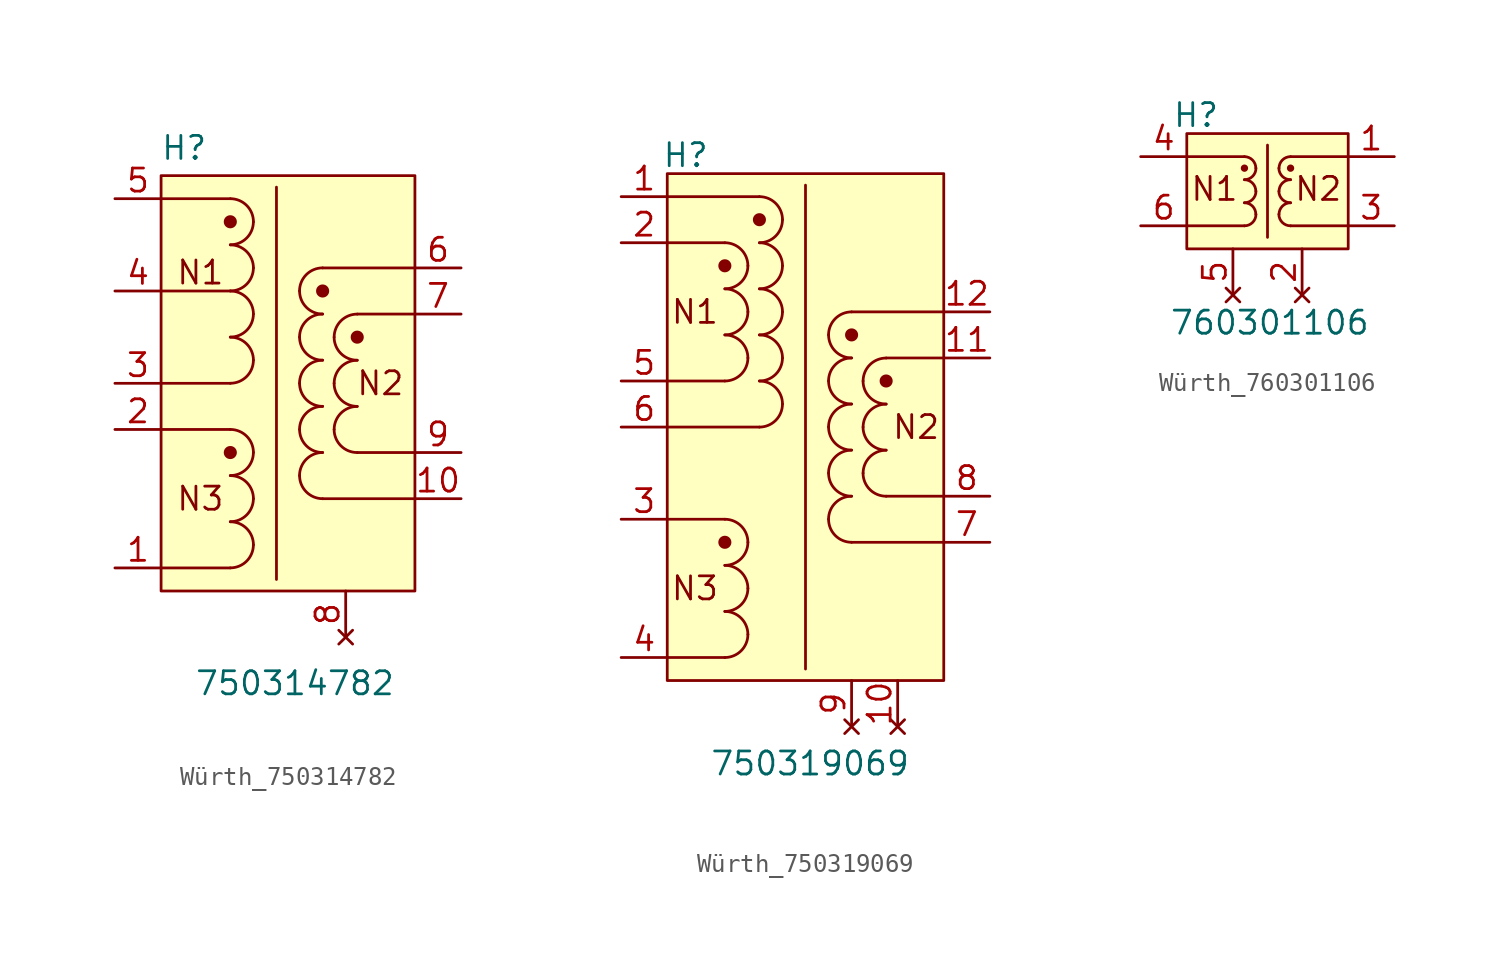
<source format=kicad_sym>
(kicad_symbol_lib
  (version 20231120)
  (generator "kicad_symbol_editor")
  (generator_version "8.0")
  (symbol "Würth_750314782"
    (property "Reference" "H"
      (at 1.27 24.384 0)
      (effects (font (size 1.27 1.27))))
    (property "Value" "750314782"
      (at 7.366 -5.08 0)
      (effects (font (size 1.27 1.27))))
    (symbol "Würth_750314782_0_1"
      (polyline (pts (xy 0 1.27) (xy 3.81 1.27)) (stroke (width 0) (type default)) (fill (type none)))
      (polyline (pts (xy 0 11.43) (xy 3.81 11.43)) (stroke (width 0) (type default)) (fill (type none)))
      (polyline (pts (xy 3.81 8.89) (xy 0 8.89)) (stroke (width 0) (type default)) (fill (type none)))
      (polyline (pts (xy 3.81 16.51) (xy 0 16.51)) (stroke (width 0) (type default)) (fill (type none)))
      (polyline (pts (xy 3.81 21.59) (xy 0 21.59)) (stroke (width 0) (type default)) (fill (type none)))
      (polyline (pts (xy 8.89 5.08) (xy 13.97 5.08)) (stroke (width 0) (type default)) (fill (type none)))
      (polyline (pts (xy 8.89 17.78) (xy 13.97 17.78)) (stroke (width 0) (type default)) (fill (type none)))
      (polyline (pts (xy 10.795 15.24) (xy 13.97 15.24)) (stroke (width 0) (type default)) (fill (type none)))
      (polyline (pts (xy 13.97 7.62) (xy 10.795 7.62)) (stroke (width 0) (type default)) (fill (type none)))
      (arc (start 3.81 1.27) (mid 4.708 1.642) (end 5.08 2.54) (stroke (width 0) (type default)) (fill (type none)))
      (arc (start 3.81 3.81) (mid 4.708 4.182) (end 5.08 5.08) (stroke (width 0) (type default)) (fill (type none)))
      (arc (start 3.81 6.35) (mid 4.708 6.722) (end 5.08 7.62) (stroke (width 0) (type default)) (fill (type none)))
      (arc (start 3.81 11.43) (mid 4.708 11.802) (end 5.08 12.7) (stroke (width 0) (type default)) (fill (type none)))
      (arc (start 3.81 13.97) (mid 4.708 14.342) (end 5.08 15.24) (stroke (width 0) (type default)) (fill (type none)))
      (arc (start 3.81 16.51) (mid 4.708 16.882) (end 5.08 17.78) (stroke (width 0) (type default)) (fill (type none)))
      (arc (start 3.81 19.05) (mid 4.708 19.422) (end 5.08 20.32) (stroke (width 0) (type default)) (fill (type none)))
      (arc (start 5.08 2.54) (mid 4.708 3.438) (end 3.81 3.81) (stroke (width 0) (type default)) (fill (type none)))
      (arc (start 5.08 5.08) (mid 4.708 5.978) (end 3.81 6.35) (stroke (width 0) (type default)) (fill (type none)))
      (arc (start 5.08 7.62) (mid 4.708 8.518) (end 3.81 8.89) (stroke (width 0) (type default)) (fill (type none)))
      (arc (start 5.08 12.7) (mid 4.708 13.598) (end 3.81 13.97) (stroke (width 0) (type default)) (fill (type none)))
      (arc (start 5.08 15.24) (mid 4.708 16.138) (end 3.81 16.51) (stroke (width 0) (type default)) (fill (type none)))
      (arc (start 5.08 17.78) (mid 4.708 18.678) (end 3.81 19.05) (stroke (width 0) (type default)) (fill (type none)))
      (arc (start 5.08 20.32) (mid 4.708 21.218) (end 3.81 21.59) (stroke (width 0) (type default)) (fill (type none)))
      (arc (start 7.62 6.35) (mid 7.992 5.452) (end 8.89 5.08) (stroke (width 0) (type default)) (fill (type none)))
      (arc (start 7.62 8.89) (mid 7.992 7.992) (end 8.89 7.62) (stroke (width 0) (type default)) (fill (type none)))
      (arc (start 7.62 11.43) (mid 7.992 10.532) (end 8.89 10.16) (stroke (width 0) (type default)) (fill (type none)))
      (arc (start 7.62 13.97) (mid 7.992 13.072) (end 8.89 12.7) (stroke (width 0) (type default)) (fill (type none)))
      (arc (start 7.62 16.51) (mid 7.992 15.612) (end 8.89 15.24) (stroke (width 0) (type default)) (fill (type none)))
      (arc (start 8.89 7.62) (mid 7.992 7.248) (end 7.62 6.35) (stroke (width 0) (type default)) (fill (type none)))
      (arc (start 8.89 10.16) (mid 7.992 9.788) (end 7.62 8.89) (stroke (width 0) (type default)) (fill (type none)))
      (arc (start 8.89 12.7) (mid 7.992 12.328) (end 7.62 11.43) (stroke (width 0) (type default)) (fill (type none)))
      (arc (start 8.89 15.24) (mid 7.992 14.868) (end 7.62 13.97) (stroke (width 0) (type default)) (fill (type none)))
      (arc (start 8.89 17.78) (mid 7.992 17.408) (end 7.62 16.51) (stroke (width 0) (type default)) (fill (type none)))
      (arc (start 9.525 8.89) (mid 9.897 7.992) (end 10.795 7.62) (stroke (width 0) (type default)) (fill (type none)))
      (arc (start 9.525 11.43) (mid 9.897 10.532) (end 10.795 10.16) (stroke (width 0) (type default)) (fill (type none)))
      (arc (start 9.525 13.97) (mid 9.897 13.072) (end 10.795 12.7) (stroke (width 0) (type default)) (fill (type none)))
      (arc (start 10.795 10.16) (mid 9.897 9.788) (end 9.525 8.89) (stroke (width 0) (type default)) (fill (type none)))
      (arc (start 10.795 12.7) (mid 9.897 12.328) (end 9.525 11.43) (stroke (width 0) (type default)) (fill (type none)))
      (arc (start 10.795 15.24) (mid 9.897 14.868) (end 9.525 13.97) (stroke (width 0) (type default)) (fill (type none))))
    (symbol "Würth_750314782_1_1"
      (polyline (pts (xy 6.35 22.225) (xy 6.35 0.635)) (stroke (width 0) (type default)) (fill (type none)))
      (rectangle (start 0 22.86) (end 13.97 0) (stroke (width 0) (type default)) (fill (type background)))
      (circle (center 3.81 7.62) (radius 0.284) (stroke (width 0) (type default)) (fill (type outline)))
      (circle (center 3.81 20.32) (radius 0.284) (stroke (width 0) (type default)) (fill (type outline)))
      (circle (center 8.89 16.51) (radius 0.284) (stroke (width 0) (type default)) (fill (type outline)))
      (circle (center 10.795 13.97) (radius 0.284) (stroke (width 0) (type default)) (fill (type outline)))
      (text "N1" (at 2.159 17.526 0) (effects (font (size 1.27 1.27))))
      (text "N2" (at 12.065 11.43 0) (effects (font (size 1.27 1.27))))
      (text "N3" (at 2.159 5.08 0) (effects (font (size 1.27 1.27))))
      (pin passive line (at -2.54 1.27 0) (length 2.54) (name "" (effects (font (size 1.27 1.27)))) (number "1" (effects (font (size 1.27 1.27)))))
      (pin passive line (at 16.51 5.08 180) (length 2.54) (name "" (effects (font (size 1.27 1.27)))) (number "10" (effects (font (size 1.27 1.27)))))
      (pin passive line (at -2.54 8.89 0) (length 2.54) (name "" (effects (font (size 1.27 1.27)))) (number "2" (effects (font (size 1.27 1.27)))))
      (pin passive line (at -2.54 11.43 0) (length 2.54) (name "" (effects (font (size 1.27 1.27)))) (number "3" (effects (font (size 1.27 1.27)))))
      (pin passive line (at -2.54 16.51 0) (length 2.54) (name "" (effects (font (size 1.27 1.27)))) (number "4" (effects (font (size 1.27 1.27)))))
      (pin passive line (at -2.54 21.59 0) (length 2.54) (name "" (effects (font (size 1.27 1.27)))) (number "5" (effects (font (size 1.27 1.27)))))
      (pin passive line (at 16.51 17.78 180) (length 2.54) (name "" (effects (font (size 1.27 1.27)))) (number "6" (effects (font (size 1.27 1.27)))))
      (pin passive line (at 16.51 15.24 180) (length 2.54) (name "" (effects (font (size 1.27 1.27)))) (number "7" (effects (font (size 1.27 1.27)))))
      (pin no_connect line (at 10.16 -2.54 90) (length 2.54) (name "" (effects (font (size 1.27 1.27)))) (number "8" (effects (font (size 1.27 1.27)))))
      (pin passive line (at 16.51 7.62 180) (length 2.54) (name "" (effects (font (size 1.27 1.27)))) (number "9" (effects (font (size 1.27 1.27)))))))
  (symbol "Würth_750319069"
    (property "Reference" "H"
      (at 1.016 28.956 0)
      (effects (font (size 1.27 1.27))))
    (property "Value" "750319069"
      (at 7.874 -4.572 0)
      (effects (font (size 1.27 1.27))))
    (symbol "Würth_750319069_0_1"
      (polyline (pts (xy 0 1.27) (xy 3.175 1.27)) (stroke (width 0) (type default)) (fill (type none)))
      (polyline (pts (xy 0 16.51) (xy 3.175 16.51)) (stroke (width 0) (type default)) (fill (type none)))
      (polyline (pts (xy 3.175 8.89) (xy 0 8.89)) (stroke (width 0) (type default)) (fill (type none)))
      (polyline (pts (xy 3.175 24.13) (xy 0 24.13)) (stroke (width 0) (type default)) (fill (type none)))
      (polyline (pts (xy 5.08 13.97) (xy 0 13.97)) (stroke (width 0) (type default)) (fill (type none)))
      (polyline (pts (xy 5.08 26.67) (xy 0 26.67)) (stroke (width 0) (type default)) (fill (type none)))
      (polyline (pts (xy 10.16 7.62) (xy 15.24 7.62)) (stroke (width 0) (type default)) (fill (type none)))
      (polyline (pts (xy 10.16 20.32) (xy 15.24 20.32)) (stroke (width 0) (type default)) (fill (type none)))
      (polyline (pts (xy 12.065 17.78) (xy 15.24 17.78)) (stroke (width 0) (type default)) (fill (type none)))
      (polyline (pts (xy 15.24 10.16) (xy 12.065 10.16)) (stroke (width 0) (type default)) (fill (type none)))
      (arc (start 3.175 1.27) (mid 4.073 1.642) (end 4.445 2.54) (stroke (width 0) (type default)) (fill (type none)))
      (arc (start 3.175 3.81) (mid 4.073 4.182) (end 4.445 5.08) (stroke (width 0) (type default)) (fill (type none)))
      (arc (start 3.175 6.35) (mid 4.073 6.722) (end 4.445 7.62) (stroke (width 0) (type default)) (fill (type none)))
      (arc (start 3.175 16.51) (mid 4.073 16.882) (end 4.445 17.78) (stroke (width 0) (type default)) (fill (type none)))
      (arc (start 3.175 19.05) (mid 4.073 19.422) (end 4.445 20.32) (stroke (width 0) (type default)) (fill (type none)))
      (arc (start 3.175 21.59) (mid 4.073 21.962) (end 4.445 22.86) (stroke (width 0) (type default)) (fill (type none)))
      (arc (start 4.445 2.54) (mid 4.073 3.438) (end 3.175 3.81) (stroke (width 0) (type default)) (fill (type none)))
      (arc (start 4.445 5.08) (mid 4.073 5.978) (end 3.175 6.35) (stroke (width 0) (type default)) (fill (type none)))
      (arc (start 4.445 7.62) (mid 4.073 8.518) (end 3.175 8.89) (stroke (width 0) (type default)) (fill (type none)))
      (arc (start 4.445 17.78) (mid 4.073 18.678) (end 3.175 19.05) (stroke (width 0) (type default)) (fill (type none)))
      (arc (start 4.445 20.32) (mid 4.073 21.218) (end 3.175 21.59) (stroke (width 0) (type default)) (fill (type none)))
      (arc (start 4.445 22.86) (mid 4.073 23.758) (end 3.175 24.13) (stroke (width 0) (type default)) (fill (type none)))
      (arc (start 5.08 13.97) (mid 5.978 14.342) (end 6.35 15.24) (stroke (width 0) (type default)) (fill (type none)))
      (arc (start 5.08 16.51) (mid 5.978 16.882) (end 6.35 17.78) (stroke (width 0) (type default)) (fill (type none)))
      (arc (start 5.08 19.05) (mid 5.978 19.422) (end 6.35 20.32) (stroke (width 0) (type default)) (fill (type none)))
      (arc (start 5.08 21.59) (mid 5.978 21.962) (end 6.35 22.86) (stroke (width 0) (type default)) (fill (type none)))
      (arc (start 5.08 24.13) (mid 5.978 24.502) (end 6.35 25.4) (stroke (width 0) (type default)) (fill (type none)))
      (arc (start 6.35 15.24) (mid 5.978 16.138) (end 5.08 16.51) (stroke (width 0) (type default)) (fill (type none)))
      (arc (start 6.35 17.78) (mid 5.978 18.678) (end 5.08 19.05) (stroke (width 0) (type default)) (fill (type none)))
      (arc (start 6.35 20.32) (mid 5.978 21.218) (end 5.08 21.59) (stroke (width 0) (type default)) (fill (type none)))
      (arc (start 6.35 22.86) (mid 5.978 23.758) (end 5.08 24.13) (stroke (width 0) (type default)) (fill (type none)))
      (arc (start 6.35 25.4) (mid 5.978 26.298) (end 5.08 26.67) (stroke (width 0) (type default)) (fill (type none)))
      (arc (start 8.89 8.89) (mid 9.262 7.992) (end 10.16 7.62) (stroke (width 0) (type default)) (fill (type none)))
      (arc (start 8.89 11.43) (mid 9.262 10.532) (end 10.16 10.16) (stroke (width 0) (type default)) (fill (type none)))
      (arc (start 8.89 13.97) (mid 9.262 13.072) (end 10.16 12.7) (stroke (width 0) (type default)) (fill (type none)))
      (arc (start 8.89 16.51) (mid 9.262 15.612) (end 10.16 15.24) (stroke (width 0) (type default)) (fill (type none)))
      (arc (start 8.89 19.05) (mid 9.262 18.152) (end 10.16 17.78) (stroke (width 0) (type default)) (fill (type none)))
      (arc (start 10.16 10.16) (mid 9.262 9.788) (end 8.89 8.89) (stroke (width 0) (type default)) (fill (type none)))
      (arc (start 10.16 12.7) (mid 9.262 12.328) (end 8.89 11.43) (stroke (width 0) (type default)) (fill (type none)))
      (arc (start 10.16 15.24) (mid 9.262 14.868) (end 8.89 13.97) (stroke (width 0) (type default)) (fill (type none)))
      (arc (start 10.16 17.78) (mid 9.262 17.408) (end 8.89 16.51) (stroke (width 0) (type default)) (fill (type none)))
      (arc (start 10.16 20.32) (mid 9.262 19.948) (end 8.89 19.05) (stroke (width 0) (type default)) (fill (type none)))
      (arc (start 10.795 11.43) (mid 11.167 10.532) (end 12.065 10.16) (stroke (width 0) (type default)) (fill (type none)))
      (arc (start 10.795 13.97) (mid 11.167 13.072) (end 12.065 12.7) (stroke (width 0) (type default)) (fill (type none)))
      (arc (start 10.795 16.51) (mid 11.167 15.612) (end 12.065 15.24) (stroke (width 0) (type default)) (fill (type none)))
      (arc (start 12.065 12.7) (mid 11.167 12.328) (end 10.795 11.43) (stroke (width 0) (type default)) (fill (type none)))
      (arc (start 12.065 15.24) (mid 11.167 14.868) (end 10.795 13.97) (stroke (width 0) (type default)) (fill (type none)))
      (arc (start 12.065 17.78) (mid 11.167 17.408) (end 10.795 16.51) (stroke (width 0) (type default)) (fill (type none))))
    (symbol "Würth_750319069_1_1"
      (polyline (pts (xy 7.62 27.305) (xy 7.62 0.635)) (stroke (width 0) (type default)) (fill (type none)))
      (rectangle (start 0 27.94) (end 15.24 0) (stroke (width 0) (type default)) (fill (type background)))
      (circle (center 3.175 7.62) (radius 0.284) (stroke (width 0) (type default)) (fill (type outline)))
      (circle (center 3.175 22.86) (radius 0.284) (stroke (width 0) (type default)) (fill (type outline)))
      (circle (center 5.08 25.4) (radius 0.284) (stroke (width 0) (type default)) (fill (type outline)))
      (circle (center 10.16 19.05) (radius 0.284) (stroke (width 0) (type default)) (fill (type outline)))
      (circle (center 12.065 16.51) (radius 0.284) (stroke (width 0) (type default)) (fill (type outline)))
      (text "N1" (at 1.524 20.32 0) (effects (font (size 1.27 1.27))))
      (text "N2" (at 13.716 13.97 0) (effects (font (size 1.27 1.27))))
      (text "N3" (at 1.524 5.08 0) (effects (font (size 1.27 1.27))))
      (pin passive line (at -2.54 26.67 0) (length 2.54) (name "" (effects (font (size 1.27 1.27)))) (number "1" (effects (font (size 1.27 1.27)))))
      (pin no_connect line (at 12.7 -2.54 90) (length 2.54) (name "" (effects (font (size 1.27 1.27)))) (number "10" (effects (font (size 1.27 1.27)))))
      (pin passive line (at 17.78 17.78 180) (length 2.54) (name "" (effects (font (size 1.27 1.27)))) (number "11" (effects (font (size 1.27 1.27)))))
      (pin passive line (at 17.78 20.32 180) (length 2.54) (name "" (effects (font (size 1.27 1.27)))) (number "12" (effects (font (size 1.27 1.27)))))
      (pin passive line (at -2.54 24.13 0) (length 2.54) (name "" (effects (font (size 1.27 1.27)))) (number "2" (effects (font (size 1.27 1.27)))))
      (pin passive line (at -2.54 8.89 0) (length 2.54) (name "" (effects (font (size 1.27 1.27)))) (number "3" (effects (font (size 1.27 1.27)))))
      (pin passive line (at -2.54 1.27 0) (length 2.54) (name "" (effects (font (size 1.27 1.27)))) (number "4" (effects (font (size 1.27 1.27)))))
      (pin passive line (at -2.54 16.51 0) (length 2.54) (name "" (effects (font (size 1.27 1.27)))) (number "5" (effects (font (size 1.27 1.27)))))
      (pin passive line (at -2.54 13.97 0) (length 2.54) (name "" (effects (font (size 1.27 1.27)))) (number "6" (effects (font (size 1.27 1.27)))))
      (pin passive line (at 17.78 7.62 180) (length 2.54) (name "" (effects (font (size 1.27 1.27)))) (number "7" (effects (font (size 1.27 1.27)))))
      (pin passive line (at 17.78 10.16 180) (length 2.54) (name "" (effects (font (size 1.27 1.27)))) (number "8" (effects (font (size 1.27 1.27)))))
      (pin no_connect line (at 10.16 -2.54 90) (length 2.54) (name "" (effects (font (size 1.27 1.27)))) (number "9" (effects (font (size 1.27 1.27)))))))
  (symbol "Würth_760301106"
    (property "Reference" "H"
      (at 0.508 7.366 0)
      (effects (font (size 1.27 1.27))))
    (property "Value" "760301106"
      (at 4.572 -4.064 0)
      (effects (font (size 1.27 1.27))))
    (symbol "Würth_760301106_0_1"
      (polyline (pts (xy 0 1.27) (xy 3.175 1.27)) (stroke (width 0) (type default)) (fill (type none)))
      (polyline (pts (xy 3.175 5.08) (xy 0 5.08)) (stroke (width 0) (type default)) (fill (type none)))
      (polyline (pts (xy 4.445 5.715) (xy 4.445 0.635)) (stroke (width 0) (type default)) (fill (type none)))
      (polyline (pts (xy 5.715 5.08) (xy 8.89 5.08)) (stroke (width 0) (type default)) (fill (type none)))
      (polyline (pts (xy 8.89 1.27) (xy 5.715 1.27)) (stroke (width 0) (type default)) (fill (type none)))
      (arc (start 3.175 1.27) (mid 3.624 1.456) (end 3.81 1.905) (stroke (width 0) (type default)) (fill (type none)))
      (arc (start 3.175 2.54) (mid 3.624 2.726) (end 3.81 3.175) (stroke (width 0) (type default)) (fill (type none)))
      (arc (start 3.175 3.81) (mid 3.624 3.996) (end 3.81 4.445) (stroke (width 0) (type default)) (fill (type none)))
      (arc (start 3.81 1.905) (mid 3.624 2.354) (end 3.175 2.54) (stroke (width 0) (type default)) (fill (type none)))
      (arc (start 3.81 3.175) (mid 3.624 3.624) (end 3.175 3.81) (stroke (width 0) (type default)) (fill (type none)))
      (arc (start 3.81 4.445) (mid 3.624 4.894) (end 3.175 5.08) (stroke (width 0) (type default)) (fill (type none)))
      (arc (start 5.08 1.905) (mid 5.266 1.456) (end 5.715 1.27) (stroke (width 0) (type default)) (fill (type none)))
      (arc (start 5.08 3.175) (mid 5.266 2.726) (end 5.715 2.54) (stroke (width 0) (type default)) (fill (type none)))
      (arc (start 5.08 4.445) (mid 5.266 3.996) (end 5.715 3.81) (stroke (width 0) (type default)) (fill (type none)))
      (arc (start 5.715 2.54) (mid 5.266 2.354) (end 5.08 1.905) (stroke (width 0) (type default)) (fill (type none)))
      (arc (start 5.715 3.81) (mid 5.266 3.624) (end 5.08 3.175) (stroke (width 0) (type default)) (fill (type none)))
      (arc (start 5.715 5.08) (mid 5.266 4.894) (end 5.08 4.445) (stroke (width 0) (type default)) (fill (type none))))
    (symbol "Würth_760301106_1_1"
      (rectangle (start 0 6.35) (end 8.89 0) (stroke (width 0) (type default)) (fill (type background)))
      (circle (center 3.175 4.445) (radius 0.127) (stroke (width 0) (type default)) (fill (type outline)))
      (circle (center 5.715 4.445) (radius 0.127) (stroke (width 0) (type default)) (fill (type outline)))
      (text "N1" (at 1.524 3.302 0) (effects (font (size 1.27 1.27))))
      (text "N2" (at 7.239 3.302 0) (effects (font (size 1.27 1.27))))
      (pin passive line (at 11.43 5.08 180) (length 2.54) (name "" (effects (font (size 1.27 1.27)))) (number "1" (effects (font (size 1.27 1.27)))))
      (pin no_connect line (at 6.35 -2.54 90) (length 2.54) (name "" (effects (font (size 1.27 1.27)))) (number "2" (effects (font (size 1.27 1.27)))))
      (pin passive line (at 11.43 1.27 180) (length 2.54) (name "" (effects (font (size 1.27 1.27)))) (number "3" (effects (font (size 1.27 1.27)))))
      (pin passive line (at -2.54 5.08 0) (length 2.54) (name "" (effects (font (size 1.27 1.27)))) (number "4" (effects (font (size 1.27 1.27)))))
      (pin no_connect line (at 2.54 -2.54 90) (length 2.54) (name "" (effects (font (size 1.27 1.27)))) (number "5" (effects (font (size 1.27 1.27)))))
      (pin passive line (at -2.54 1.27 0) (length 2.54) (name "" (effects (font (size 1.27 1.27)))) (number "6" (effects (font (size 1.27 1.27))))))))
</source>
